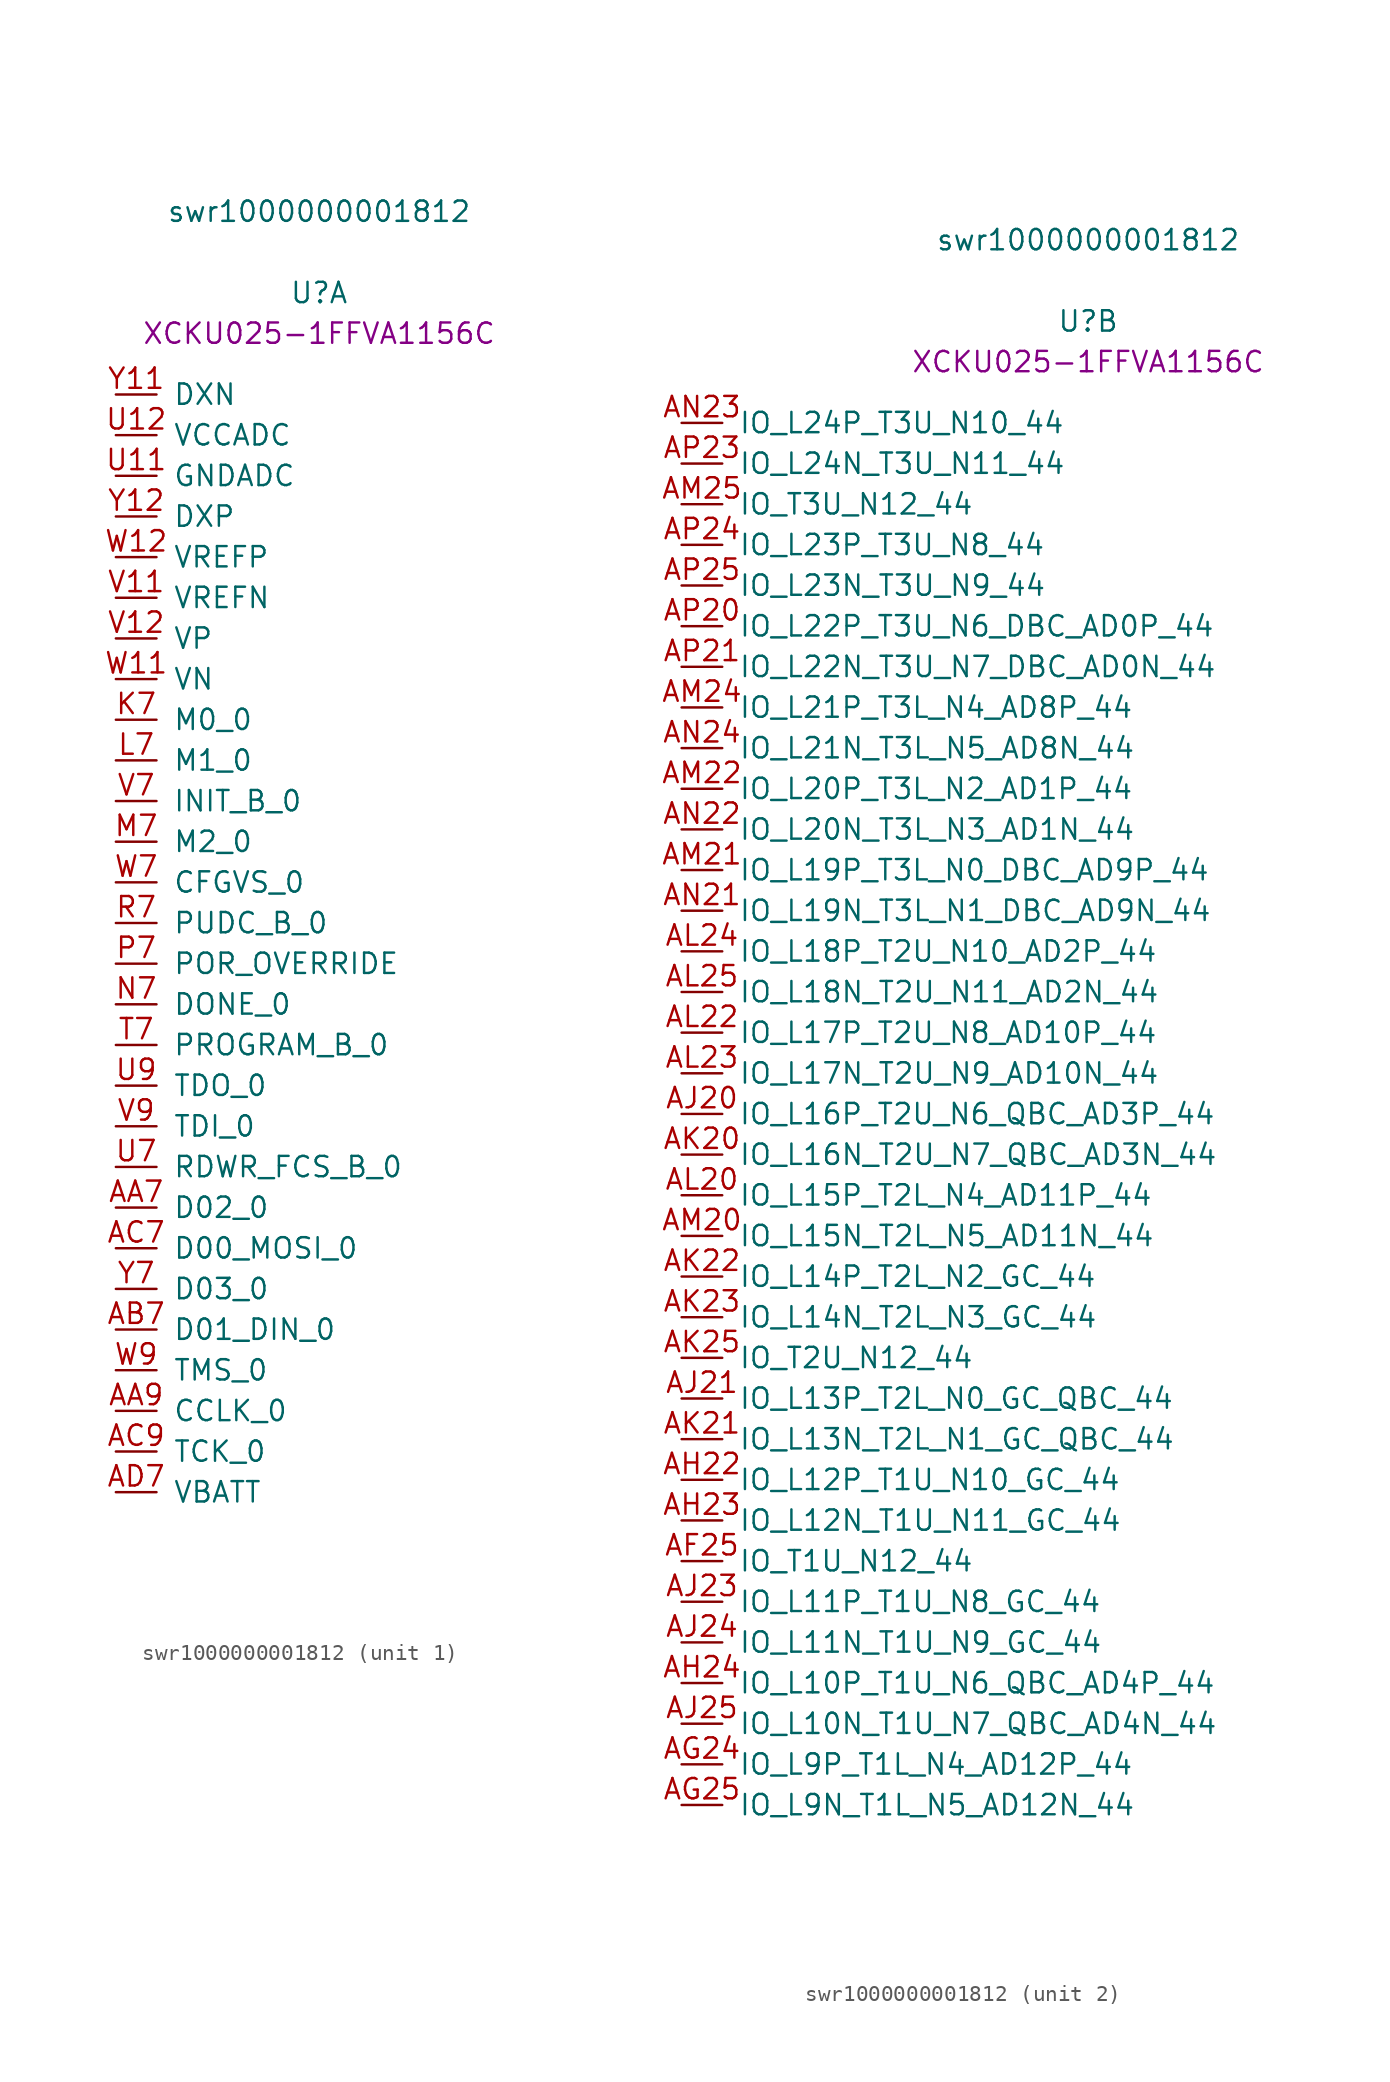
<source format=kicad_sym>
(kicad_symbol_lib
  (version 20211014)
  (generator kicad_symbol_editor)
  (symbol "swr1000000001812"
    (pin_names
      (offset 1.016))
    (property "Reference" "U"
      (at 0 3.81 0)
      (effects (font (size 1.27 1.27))))
    (property "Value" "swr1000000001812"
      (at 0 8.89 0)
      (effects (font (size 1.27 1.27))))
    (property "PartValue" "XCKU025-1FFVA1156C"
      (at 0 1.27 0)
      (effects (font (size 1.27 1.27))))
    (property "ki_locked" ""
      (at 0 0 0)
      (effects (font (size 1.27 1.27))))
    (symbol "swr1000000001812_1_1"
      (pin bidirectional line (at -12.7 -53.34 0) (length 2.54) (name "D02_0" (effects (font (size 1.27 1.27)))) (number "AA7" (effects (font (size 1.27 1.27)))))
      (pin bidirectional line (at -12.7 -66.04 0) (length 2.54) (name "CCLK_0" (effects (font (size 1.27 1.27)))) (number "AA9" (effects (font (size 1.27 1.27)))))
      (pin bidirectional line (at -12.7 -60.96 0) (length 2.54) (name "D01_DIN_0" (effects (font (size 1.27 1.27)))) (number "AB7" (effects (font (size 1.27 1.27)))))
      (pin bidirectional line (at -12.7 -55.88 0) (length 2.54) (name "D00_MOSI_0" (effects (font (size 1.27 1.27)))) (number "AC7" (effects (font (size 1.27 1.27)))))
      (pin bidirectional line (at -12.7 -68.58 0) (length 2.54) (name "TCK_0" (effects (font (size 1.27 1.27)))) (number "AC9" (effects (font (size 1.27 1.27)))))
      (pin bidirectional line (at -12.7 -71.12 0) (length 2.54) (name "VBATT" (effects (font (size 1.27 1.27)))) (number "AD7" (effects (font (size 1.27 1.27)))))
      (pin bidirectional line (at -12.7 -22.86 0) (length 2.54) (name "M0_0" (effects (font (size 1.27 1.27)))) (number "K7" (effects (font (size 1.27 1.27)))))
      (pin bidirectional line (at -12.7 -25.4 0) (length 2.54) (name "M1_0" (effects (font (size 1.27 1.27)))) (number "L7" (effects (font (size 1.27 1.27)))))
      (pin bidirectional line (at -12.7 -30.48 0) (length 2.54) (name "M2_0" (effects (font (size 1.27 1.27)))) (number "M7" (effects (font (size 1.27 1.27)))))
      (pin bidirectional line (at -12.7 -40.64 0) (length 2.54) (name "DONE_0" (effects (font (size 1.27 1.27)))) (number "N7" (effects (font (size 1.27 1.27)))))
      (pin bidirectional line (at -12.7 -38.1 0) (length 2.54) (name "POR_OVERRIDE" (effects (font (size 1.27 1.27)))) (number "P7" (effects (font (size 1.27 1.27)))))
      (pin bidirectional line (at -12.7 -35.56 0) (length 2.54) (name "PUDC_B_0" (effects (font (size 1.27 1.27)))) (number "R7" (effects (font (size 1.27 1.27)))))
      (pin bidirectional line (at -12.7 -43.18 0) (length 2.54) (name "PROGRAM_B_0" (effects (font (size 1.27 1.27)))) (number "T7" (effects (font (size 1.27 1.27)))))
      (pin bidirectional line (at -12.7 -7.62 0) (length 2.54) (name "GNDADC" (effects (font (size 1.27 1.27)))) (number "U11" (effects (font (size 1.27 1.27)))))
      (pin bidirectional line (at -12.7 -5.08 0) (length 2.54) (name "VCCADC" (effects (font (size 1.27 1.27)))) (number "U12" (effects (font (size 1.27 1.27)))))
      (pin bidirectional line (at -12.7 -50.8 0) (length 2.54) (name "RDWR_FCS_B_0" (effects (font (size 1.27 1.27)))) (number "U7" (effects (font (size 1.27 1.27)))))
      (pin bidirectional line (at -12.7 -45.72 0) (length 2.54) (name "TDO_0" (effects (font (size 1.27 1.27)))) (number "U9" (effects (font (size 1.27 1.27)))))
      (pin bidirectional line (at -12.7 -15.24 0) (length 2.54) (name "VREFN" (effects (font (size 1.27 1.27)))) (number "V11" (effects (font (size 1.27 1.27)))))
      (pin bidirectional line (at -12.7 -17.78 0) (length 2.54) (name "VP" (effects (font (size 1.27 1.27)))) (number "V12" (effects (font (size 1.27 1.27)))))
      (pin bidirectional line (at -12.7 -27.94 0) (length 2.54) (name "INIT_B_0" (effects (font (size 1.27 1.27)))) (number "V7" (effects (font (size 1.27 1.27)))))
      (pin bidirectional line (at -12.7 -48.26 0) (length 2.54) (name "TDI_0" (effects (font (size 1.27 1.27)))) (number "V9" (effects (font (size 1.27 1.27)))))
      (pin bidirectional line (at -12.7 -20.32 0) (length 2.54) (name "VN" (effects (font (size 1.27 1.27)))) (number "W11" (effects (font (size 1.27 1.27)))))
      (pin bidirectional line (at -12.7 -12.7 0) (length 2.54) (name "VREFP" (effects (font (size 1.27 1.27)))) (number "W12" (effects (font (size 1.27 1.27)))))
      (pin bidirectional line (at -12.7 -33.02 0) (length 2.54) (name "CFGVS_0" (effects (font (size 1.27 1.27)))) (number "W7" (effects (font (size 1.27 1.27)))))
      (pin bidirectional line (at -12.7 -63.5 0) (length 2.54) (name "TMS_0" (effects (font (size 1.27 1.27)))) (number "W9" (effects (font (size 1.27 1.27)))))
      (pin bidirectional line (at -12.7 -2.54 0) (length 2.54) (name "DXN" (effects (font (size 1.27 1.27)))) (number "Y11" (effects (font (size 1.27 1.27)))))
      (pin bidirectional line (at -12.7 -10.16 0) (length 2.54) (name "DXP" (effects (font (size 1.27 1.27)))) (number "Y12" (effects (font (size 1.27 1.27)))))
      (pin bidirectional line (at -12.7 -58.42 0) (length 2.54) (name "D03_0" (effects (font (size 1.27 1.27)))) (number "Y7" (effects (font (size 1.27 1.27))))))
    (symbol "swr1000000001812_2_1"
      (pin bidirectional line (at -25.4 -73.66 0) (length 2.54) (name "IO_T1U_N12_44" (effects (font (size 1.27 1.27)))) (number "AF25" (effects (font (size 1.27 1.27)))))
      (pin bidirectional line (at -25.4 -86.36 0) (length 2.54) (name "IO_L9P_T1L_N4_AD12P_44" (effects (font (size 1.27 1.27)))) (number "AG24" (effects (font (size 1.27 1.27)))))
      (pin bidirectional line (at -25.4 -88.9 0) (length 2.54) (name "IO_L9N_T1L_N5_AD12N_44" (effects (font (size 1.27 1.27)))) (number "AG25" (effects (font (size 1.27 1.27)))))
      (pin bidirectional line (at -25.4 -68.58 0) (length 2.54) (name "IO_L12P_T1U_N10_GC_44" (effects (font (size 1.27 1.27)))) (number "AH22" (effects (font (size 1.27 1.27)))))
      (pin bidirectional line (at -25.4 -71.12 0) (length 2.54) (name "IO_L12N_T1U_N11_GC_44" (effects (font (size 1.27 1.27)))) (number "AH23" (effects (font (size 1.27 1.27)))))
      (pin bidirectional line (at -25.4 -81.28 0) (length 2.54) (name "IO_L10P_T1U_N6_QBC_AD4P_44" (effects (font (size 1.27 1.27)))) (number "AH24" (effects (font (size 1.27 1.27)))))
      (pin bidirectional line (at -25.4 -45.72 0) (length 2.54) (name "IO_L16P_T2U_N6_QBC_AD3P_44" (effects (font (size 1.27 1.27)))) (number "AJ20" (effects (font (size 1.27 1.27)))))
      (pin bidirectional line (at -25.4 -63.5 0) (length 2.54) (name "IO_L13P_T2L_N0_GC_QBC_44" (effects (font (size 1.27 1.27)))) (number "AJ21" (effects (font (size 1.27 1.27)))))
      (pin bidirectional line (at -25.4 -76.2 0) (length 2.54) (name "IO_L11P_T1U_N8_GC_44" (effects (font (size 1.27 1.27)))) (number "AJ23" (effects (font (size 1.27 1.27)))))
      (pin bidirectional line (at -25.4 -78.74 0) (length 2.54) (name "IO_L11N_T1U_N9_GC_44" (effects (font (size 1.27 1.27)))) (number "AJ24" (effects (font (size 1.27 1.27)))))
      (pin bidirectional line (at -25.4 -83.82 0) (length 2.54) (name "IO_L10N_T1U_N7_QBC_AD4N_44" (effects (font (size 1.27 1.27)))) (number "AJ25" (effects (font (size 1.27 1.27)))))
      (pin bidirectional line (at -25.4 -48.26 0) (length 2.54) (name "IO_L16N_T2U_N7_QBC_AD3N_44" (effects (font (size 1.27 1.27)))) (number "AK20" (effects (font (size 1.27 1.27)))))
      (pin bidirectional line (at -25.4 -66.04 0) (length 2.54) (name "IO_L13N_T2L_N1_GC_QBC_44" (effects (font (size 1.27 1.27)))) (number "AK21" (effects (font (size 1.27 1.27)))))
      (pin bidirectional line (at -25.4 -55.88 0) (length 2.54) (name "IO_L14P_T2L_N2_GC_44" (effects (font (size 1.27 1.27)))) (number "AK22" (effects (font (size 1.27 1.27)))))
      (pin bidirectional line (at -25.4 -58.42 0) (length 2.54) (name "IO_L14N_T2L_N3_GC_44" (effects (font (size 1.27 1.27)))) (number "AK23" (effects (font (size 1.27 1.27)))))
      (pin bidirectional line (at -25.4 -60.96 0) (length 2.54) (name "IO_T2U_N12_44" (effects (font (size 1.27 1.27)))) (number "AK25" (effects (font (size 1.27 1.27)))))
      (pin bidirectional line (at -25.4 -50.8 0) (length 2.54) (name "IO_L15P_T2L_N4_AD11P_44" (effects (font (size 1.27 1.27)))) (number "AL20" (effects (font (size 1.27 1.27)))))
      (pin bidirectional line (at -25.4 -40.64 0) (length 2.54) (name "IO_L17P_T2U_N8_AD10P_44" (effects (font (size 1.27 1.27)))) (number "AL22" (effects (font (size 1.27 1.27)))))
      (pin bidirectional line (at -25.4 -43.18 0) (length 2.54) (name "IO_L17N_T2U_N9_AD10N_44" (effects (font (size 1.27 1.27)))) (number "AL23" (effects (font (size 1.27 1.27)))))
      (pin bidirectional line (at -25.4 -35.56 0) (length 2.54) (name "IO_L18P_T2U_N10_AD2P_44" (effects (font (size 1.27 1.27)))) (number "AL24" (effects (font (size 1.27 1.27)))))
      (pin bidirectional line (at -25.4 -38.1 0) (length 2.54) (name "IO_L18N_T2U_N11_AD2N_44" (effects (font (size 1.27 1.27)))) (number "AL25" (effects (font (size 1.27 1.27)))))
      (pin bidirectional line (at -25.4 -53.34 0) (length 2.54) (name "IO_L15N_T2L_N5_AD11N_44" (effects (font (size 1.27 1.27)))) (number "AM20" (effects (font (size 1.27 1.27)))))
      (pin bidirectional line (at -25.4 -30.48 0) (length 2.54) (name "IO_L19P_T3L_N0_DBC_AD9P_44" (effects (font (size 1.27 1.27)))) (number "AM21" (effects (font (size 1.27 1.27)))))
      (pin bidirectional line (at -25.4 -25.4 0) (length 2.54) (name "IO_L20P_T3L_N2_AD1P_44" (effects (font (size 1.27 1.27)))) (number "AM22" (effects (font (size 1.27 1.27)))))
      (pin bidirectional line (at -25.4 -20.32 0) (length 2.54) (name "IO_L21P_T3L_N4_AD8P_44" (effects (font (size 1.27 1.27)))) (number "AM24" (effects (font (size 1.27 1.27)))))
      (pin bidirectional line (at -25.4 -7.62 0) (length 2.54) (name "IO_T3U_N12_44" (effects (font (size 1.27 1.27)))) (number "AM25" (effects (font (size 1.27 1.27)))))
      (pin bidirectional line (at -25.4 -33.02 0) (length 2.54) (name "IO_L19N_T3L_N1_DBC_AD9N_44" (effects (font (size 1.27 1.27)))) (number "AN21" (effects (font (size 1.27 1.27)))))
      (pin bidirectional line (at -25.4 -27.94 0) (length 2.54) (name "IO_L20N_T3L_N3_AD1N_44" (effects (font (size 1.27 1.27)))) (number "AN22" (effects (font (size 1.27 1.27)))))
      (pin bidirectional line (at -25.4 -2.54 0) (length 2.54) (name "IO_L24P_T3U_N10_44" (effects (font (size 1.27 1.27)))) (number "AN23" (effects (font (size 1.27 1.27)))))
      (pin bidirectional line (at -25.4 -22.86 0) (length 2.54) (name "IO_L21N_T3L_N5_AD8N_44" (effects (font (size 1.27 1.27)))) (number "AN24" (effects (font (size 1.27 1.27)))))
      (pin bidirectional line (at -25.4 -15.24 0) (length 2.54) (name "IO_L22P_T3U_N6_DBC_AD0P_44" (effects (font (size 1.27 1.27)))) (number "AP20" (effects (font (size 1.27 1.27)))))
      (pin bidirectional line (at -25.4 -17.78 0) (length 2.54) (name "IO_L22N_T3U_N7_DBC_AD0N_44" (effects (font (size 1.27 1.27)))) (number "AP21" (effects (font (size 1.27 1.27)))))
      (pin bidirectional line (at -25.4 -5.08 0) (length 2.54) (name "IO_L24N_T3U_N11_44" (effects (font (size 1.27 1.27)))) (number "AP23" (effects (font (size 1.27 1.27)))))
      (pin bidirectional line (at -25.4 -10.16 0) (length 2.54) (name "IO_L23P_T3U_N8_44" (effects (font (size 1.27 1.27)))) (number "AP24" (effects (font (size 1.27 1.27)))))
      (pin bidirectional line (at -25.4 -12.7 0) (length 2.54) (name "IO_L23N_T3U_N9_44" (effects (font (size 1.27 1.27)))) (number "AP25" (effects (font (size 1.27 1.27))))))))
</source>
